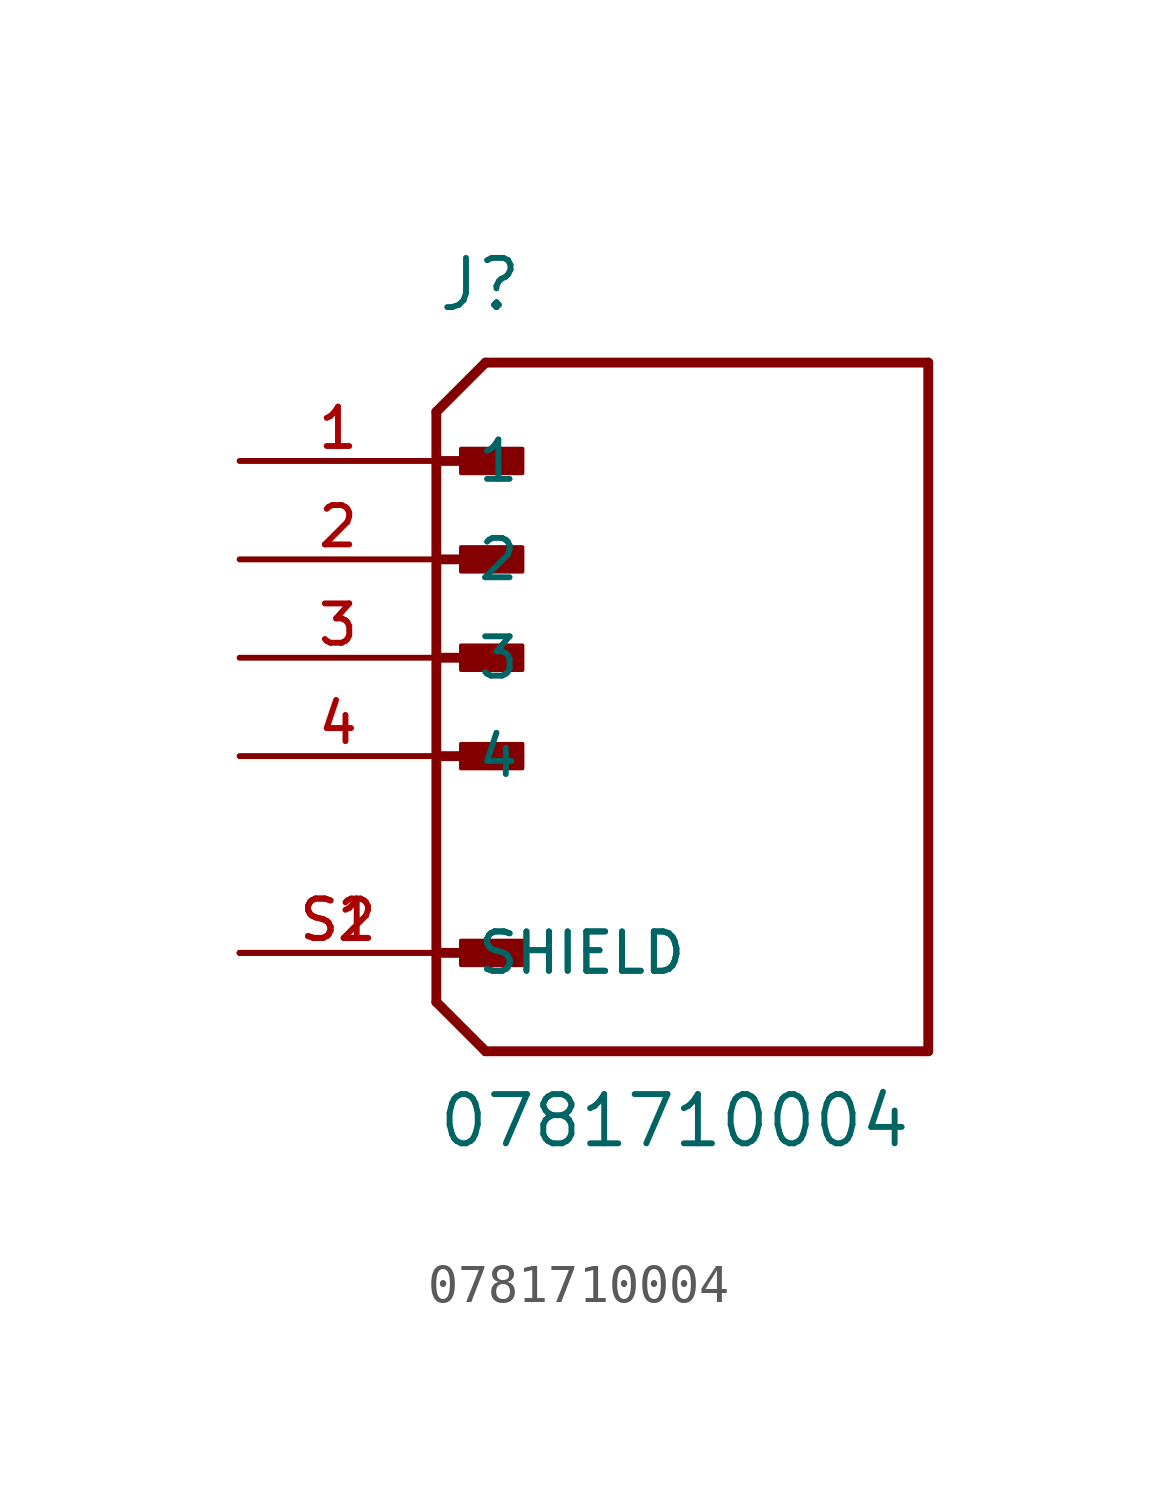
<source format=kicad_sym>
(kicad_symbol_lib
  (version 20211014)
  (generator kicad_symbol_editor)
  (symbol "0781710004"
    (pin_names
      (offset 1.016))
    (property "Reference" "J"
      (at 0.0 8.89 0)
      (effects (font (size 1.27 1.27)) (justify bottom left)))
    (property "Value" "0781710004"
      (at 0.0 -12.7 0)
      (effects (font (size 1.27 1.27)) (justify bottom left)))
    (symbol "0781710004_0_0"
      (polyline (pts (xy 0.0 6.35) (xy 1.27 7.62)) (stroke (width 0.254)))
      (polyline (pts (xy 0.0 6.35) (xy 0.0 5.08)) (stroke (width 0.254)))
      (polyline (pts (xy 0.0 5.08) (xy 0.0 -8.89)) (stroke (width 0.254)))
      (polyline (pts (xy 0.0 -8.89) (xy 1.27 -10.16)) (stroke (width 0.254)))
      (polyline (pts (xy 1.27 -10.16) (xy 12.7 -10.16)) (stroke (width 0.254)))
      (polyline (pts (xy 12.7 -10.16) (xy 12.7 7.62)) (stroke (width 0.254)))
      (polyline (pts (xy 12.7 7.62) (xy 1.27 7.62)) (stroke (width 0.254)))
      (polyline (pts (xy 0.0 5.08) (xy 1.905 5.08)) (stroke (width 0.254)))
      (polyline (pts (xy 0.0 2.54) (xy 1.905 2.54)) (stroke (width 0.254)))
      (polyline (pts (xy 0.0 0.0) (xy 1.905 0.0)) (stroke (width 0.254)))
      (polyline (pts (xy 0.0 -2.54) (xy 1.905 -2.54)) (stroke (width 0.254)))
      (polyline (pts (xy 0.0 -7.62) (xy 1.905 -7.62)) (stroke (width 0.254)))
      (rectangle (start 0.635 4.763) (end 2.223 5.397) (stroke (width 0.1)) (fill (type outline)))
      (rectangle (start 0.635 2.223) (end 2.223 2.857) (stroke (width 0.1)) (fill (type outline)))
      (rectangle (start 0.635 -0.318) (end 2.223 0.318) (stroke (width 0.1)) (fill (type outline)))
      (rectangle (start 0.635 -2.857) (end 2.223 -2.223) (stroke (width 0.1)) (fill (type outline)))
      (rectangle (start 0.635 -7.938) (end 2.223 -7.303) (stroke (width 0.1)) (fill (type outline)))
      (pin passive line (at -5.08 5.08 0) (length 5.08) (name "1" (effects (font (size 1.016 1.016)))) (number "1" (effects (font (size 1.016 1.016)))))
      (pin passive line (at -5.08 2.54 0) (length 5.08) (name "2" (effects (font (size 1.016 1.016)))) (number "2" (effects (font (size 1.016 1.016)))))
      (pin passive line (at -5.08 0.0 0) (length 5.08) (name "3" (effects (font (size 1.016 1.016)))) (number "3" (effects (font (size 1.016 1.016)))))
      (pin passive line (at -5.08 -2.54 0) (length 5.08) (name "4" (effects (font (size 1.016 1.016)))) (number "4" (effects (font (size 1.016 1.016)))))
      (pin passive line (at -5.08 -7.62 0) (length 5.08) (name "SHIELD" (effects (font (size 1.016 1.016)))) (number "S1" (effects (font (size 1.016 1.016)))))
      (pin passive line (at -5.08 -7.62 0) (length 5.08) (name "SHIELD" (effects (font (size 1.016 1.016)))) (number "S2" (effects (font (size 1.016 1.016))))))))
</source>
